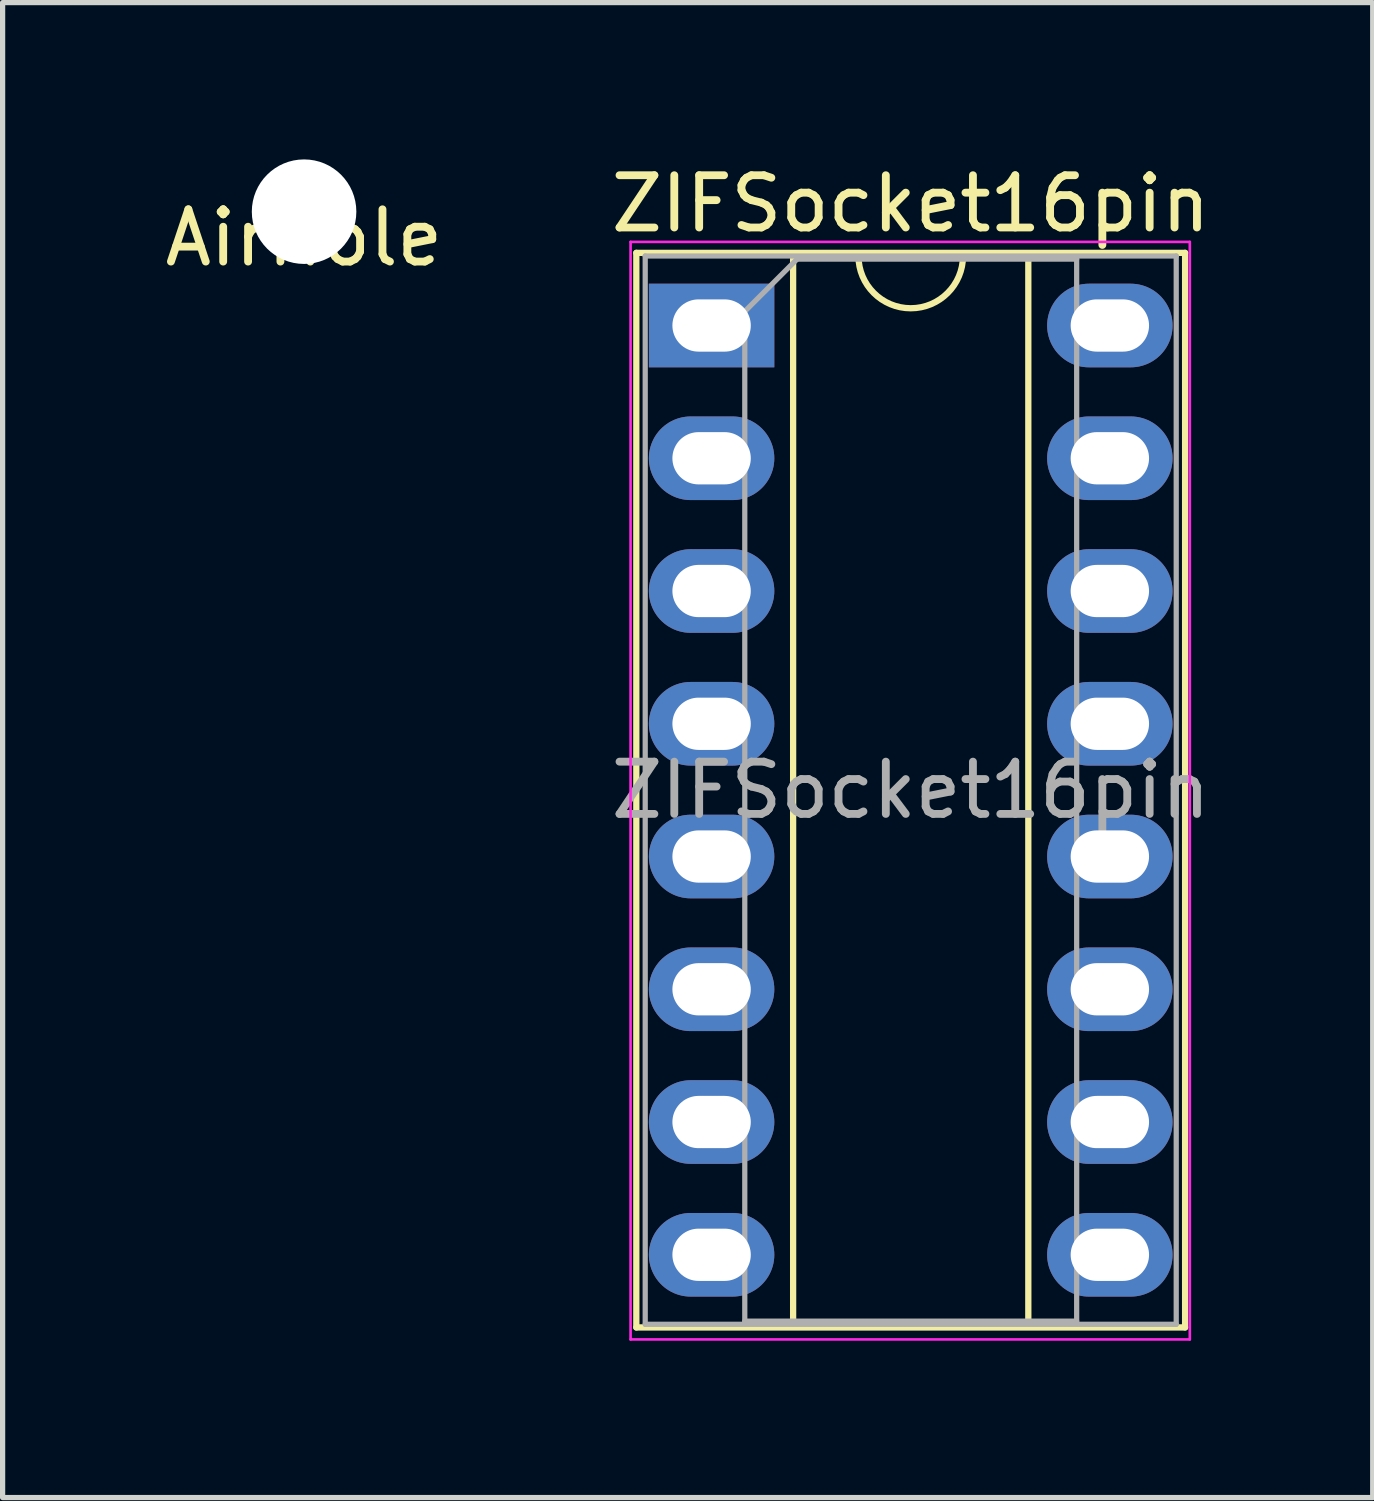
<source format=kicad_pcb>
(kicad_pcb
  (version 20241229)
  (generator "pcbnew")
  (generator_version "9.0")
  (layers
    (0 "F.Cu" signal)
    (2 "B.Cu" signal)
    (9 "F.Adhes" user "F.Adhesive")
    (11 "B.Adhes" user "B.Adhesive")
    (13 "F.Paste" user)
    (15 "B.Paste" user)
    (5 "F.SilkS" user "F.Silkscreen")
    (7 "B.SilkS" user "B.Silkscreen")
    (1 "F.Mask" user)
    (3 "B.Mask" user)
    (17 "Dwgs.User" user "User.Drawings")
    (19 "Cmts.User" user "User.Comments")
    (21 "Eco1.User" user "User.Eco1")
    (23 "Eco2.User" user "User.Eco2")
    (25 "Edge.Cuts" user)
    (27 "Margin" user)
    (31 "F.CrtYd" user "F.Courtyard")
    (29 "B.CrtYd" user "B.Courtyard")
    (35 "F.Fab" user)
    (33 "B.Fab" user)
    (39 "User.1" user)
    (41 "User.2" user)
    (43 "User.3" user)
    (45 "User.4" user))
  (footprint "ZIFSocket16pin"
    (layer "F.Cu")
    (at 10.565 3.178)
    (property "Reference" "ZIFSocket16pin" (at 3.81 -2.33 0) (layer "F.SilkS") (effects (font (size 1 1) (thickness 0.15))))
    (attr through_hole)
    (fp_line (start -1.44 -1.39) (end -1.44 19.17) (stroke (width 0.12) (type solid)) (layer "F.SilkS"))
    (fp_line (start -1.44 19.17) (end 9.06 19.17) (stroke (width 0.12) (type solid)) (layer "F.SilkS"))
    (fp_line (start 1.56 -1.33) (end 1.56 19.11) (stroke (width 0.12) (type solid)) (layer "F.SilkS"))
    (fp_line (start 1.56 19.11) (end 6.06 19.11) (stroke (width 0.12) (type solid)) (layer "F.SilkS"))
    (fp_line (start 2.81 -1.33) (end 1.56 -1.33) (stroke (width 0.12) (type solid)) (layer "F.SilkS"))
    (fp_line (start 6.06 -1.33) (end 4.81 -1.33) (stroke (width 0.12) (type solid)) (layer "F.SilkS"))
    (fp_line (start 6.06 19.11) (end 6.06 -1.33) (stroke (width 0.12) (type solid)) (layer "F.SilkS"))
    (fp_line (start 9.06 -1.39) (end -1.44 -1.39) (stroke (width 0.12) (type solid)) (layer "F.SilkS"))
    (fp_line (start 9.06 19.17) (end 9.06 -1.39) (stroke (width 0.12) (type solid)) (layer "F.SilkS"))
    (fp_arc (start 4.81 -1.33) (mid 3.81 -0.33) (end 2.81 -1.33) (stroke (width 0.12) (type solid)) (layer "F.SilkS"))
    (fp_line (start -1.55 -1.6) (end -1.55 19.4) (stroke (width 0.05) (type solid)) (layer "F.CrtYd"))
    (fp_line (start -1.55 19.4) (end 9.15 19.4) (stroke (width 0.05) (type solid)) (layer "F.CrtYd"))
    (fp_line (start 9.15 -1.6) (end -1.55 -1.6) (stroke (width 0.05) (type solid)) (layer "F.CrtYd"))
    (fp_line (start 9.15 19.4) (end 9.15 -1.6) (stroke (width 0.05) (type solid)) (layer "F.CrtYd"))
    (fp_line (start -1.27 -1.33) (end -1.27 19.11) (stroke (width 0.1) (type solid)) (layer "F.Fab"))
    (fp_line (start -1.27 19.11) (end 8.89 19.11) (stroke (width 0.1) (type solid)) (layer "F.Fab"))
    (fp_line (start 0.635 -0.27) (end 1.635 -1.27) (stroke (width 0.1) (type solid)) (layer "F.Fab"))
    (fp_line (start 0.635 19.05) (end 0.635 -0.27) (stroke (width 0.1) (type solid)) (layer "F.Fab"))
    (fp_line (start 1.635 -1.27) (end 6.985 -1.27) (stroke (width 0.1) (type solid)) (layer "F.Fab"))
    (fp_line (start 6.985 -1.27) (end 6.985 19.05) (stroke (width 0.1) (type solid)) (layer "F.Fab"))
    (fp_line (start 6.985 19.05) (end 0.635 19.05) (stroke (width 0.1) (type solid)) (layer "F.Fab"))
    (fp_line (start 8.89 -1.33) (end -1.27 -1.33) (stroke (width 0.1) (type solid)) (layer "F.Fab"))
    (fp_line (start 8.89 19.11) (end 8.89 -1.33) (stroke (width 0.1) (type solid)) (layer "F.Fab"))
    (fp_text user "${REFERENCE}" (at 3.81 8.89 0) (layer "F.Fab") (effects (font (size 1 1) (thickness 0.15))))
    (pad "1" thru_hole rect (at 0 0) (size 2.4 1.6) (drill oval 1.5 1) (layers "*.Cu" "*.Mask"))
    (pad "2" thru_hole oval (at 0 2.54) (size 2.4 1.6) (drill oval 1.5 1) (layers "*.Cu" "*.Mask"))
    (pad "3" thru_hole oval (at 0 5.08) (size 2.4 1.6) (drill oval 1.5 1) (layers "*.Cu" "*.Mask"))
    (pad "4" thru_hole oval (at 0 7.62) (size 2.4 1.6) (drill oval 1.5 1) (layers "*.Cu" "*.Mask"))
    (pad "5" thru_hole oval (at 0 10.16) (size 2.4 1.6) (drill oval 1.5 1) (layers "*.Cu" "*.Mask"))
    (pad "6" thru_hole oval (at 0 12.7) (size 2.4 1.6) (drill oval 1.5 1) (layers "*.Cu" "*.Mask"))
    (pad "7" thru_hole oval (at 0 15.24) (size 2.4 1.6) (drill oval 1.5 1) (layers "*.Cu" "*.Mask"))
    (pad "8" thru_hole oval (at 0 17.78) (size 2.4 1.6) (drill oval 1.5 1) (layers "*.Cu" "*.Mask"))
    (pad "9" thru_hole oval (at 7.62 17.78) (size 2.4 1.6) (drill oval 1.5 1) (layers "*.Cu" "*.Mask"))
    (pad "10" thru_hole oval (at 7.62 15.24) (size 2.4 1.6) (drill oval 1.5 1) (layers "*.Cu" "*.Mask"))
    (pad "11" thru_hole oval (at 7.62 12.7) (size 2.4 1.6) (drill oval 1.5 1) (layers "*.Cu" "*.Mask"))
    (pad "12" thru_hole oval (at 7.62 10.16) (size 2.4 1.6) (drill oval 1.5 1) (layers "*.Cu" "*.Mask"))
    (pad "13" thru_hole oval (at 7.62 7.62) (size 2.4 1.6) (drill oval 1.5 1) (layers "*.Cu" "*.Mask"))
    (pad "14" thru_hole oval (at 7.62 5.08) (size 2.4 1.6) (drill oval 1.5 1) (layers "*.Cu" "*.Mask"))
    (pad "15" thru_hole oval (at 7.62 2.54) (size 2.4 1.6) (drill oval 1.5 1) (layers "*.Cu" "*.Mask"))
    (pad "16" thru_hole oval (at 7.62 0) (size 2.4 1.6) (drill oval 1.5 1) (layers "*.Cu" "*.Mask")))
  (footprint "AirHole"
    (layer "F.Cu")
    (at 2.768 1)
    (property "Reference" "AirHole" (at 0 0.5 0) (layer "F.SilkS") (effects (font (size 1 1) (thickness 0.15))))
    (attr through_hole)
    (pad "" np_thru_hole circle (at 0 0) (size 2 2) (drill 2) (layers "*.Cu" "*.Mask")))
  (gr_rect
    (start -3 -3)
    (end 23.214 25.603)
    (stroke (width 0.1) (type default))
    (fill no)
    (layer "Edge.Cuts")))
</source>
